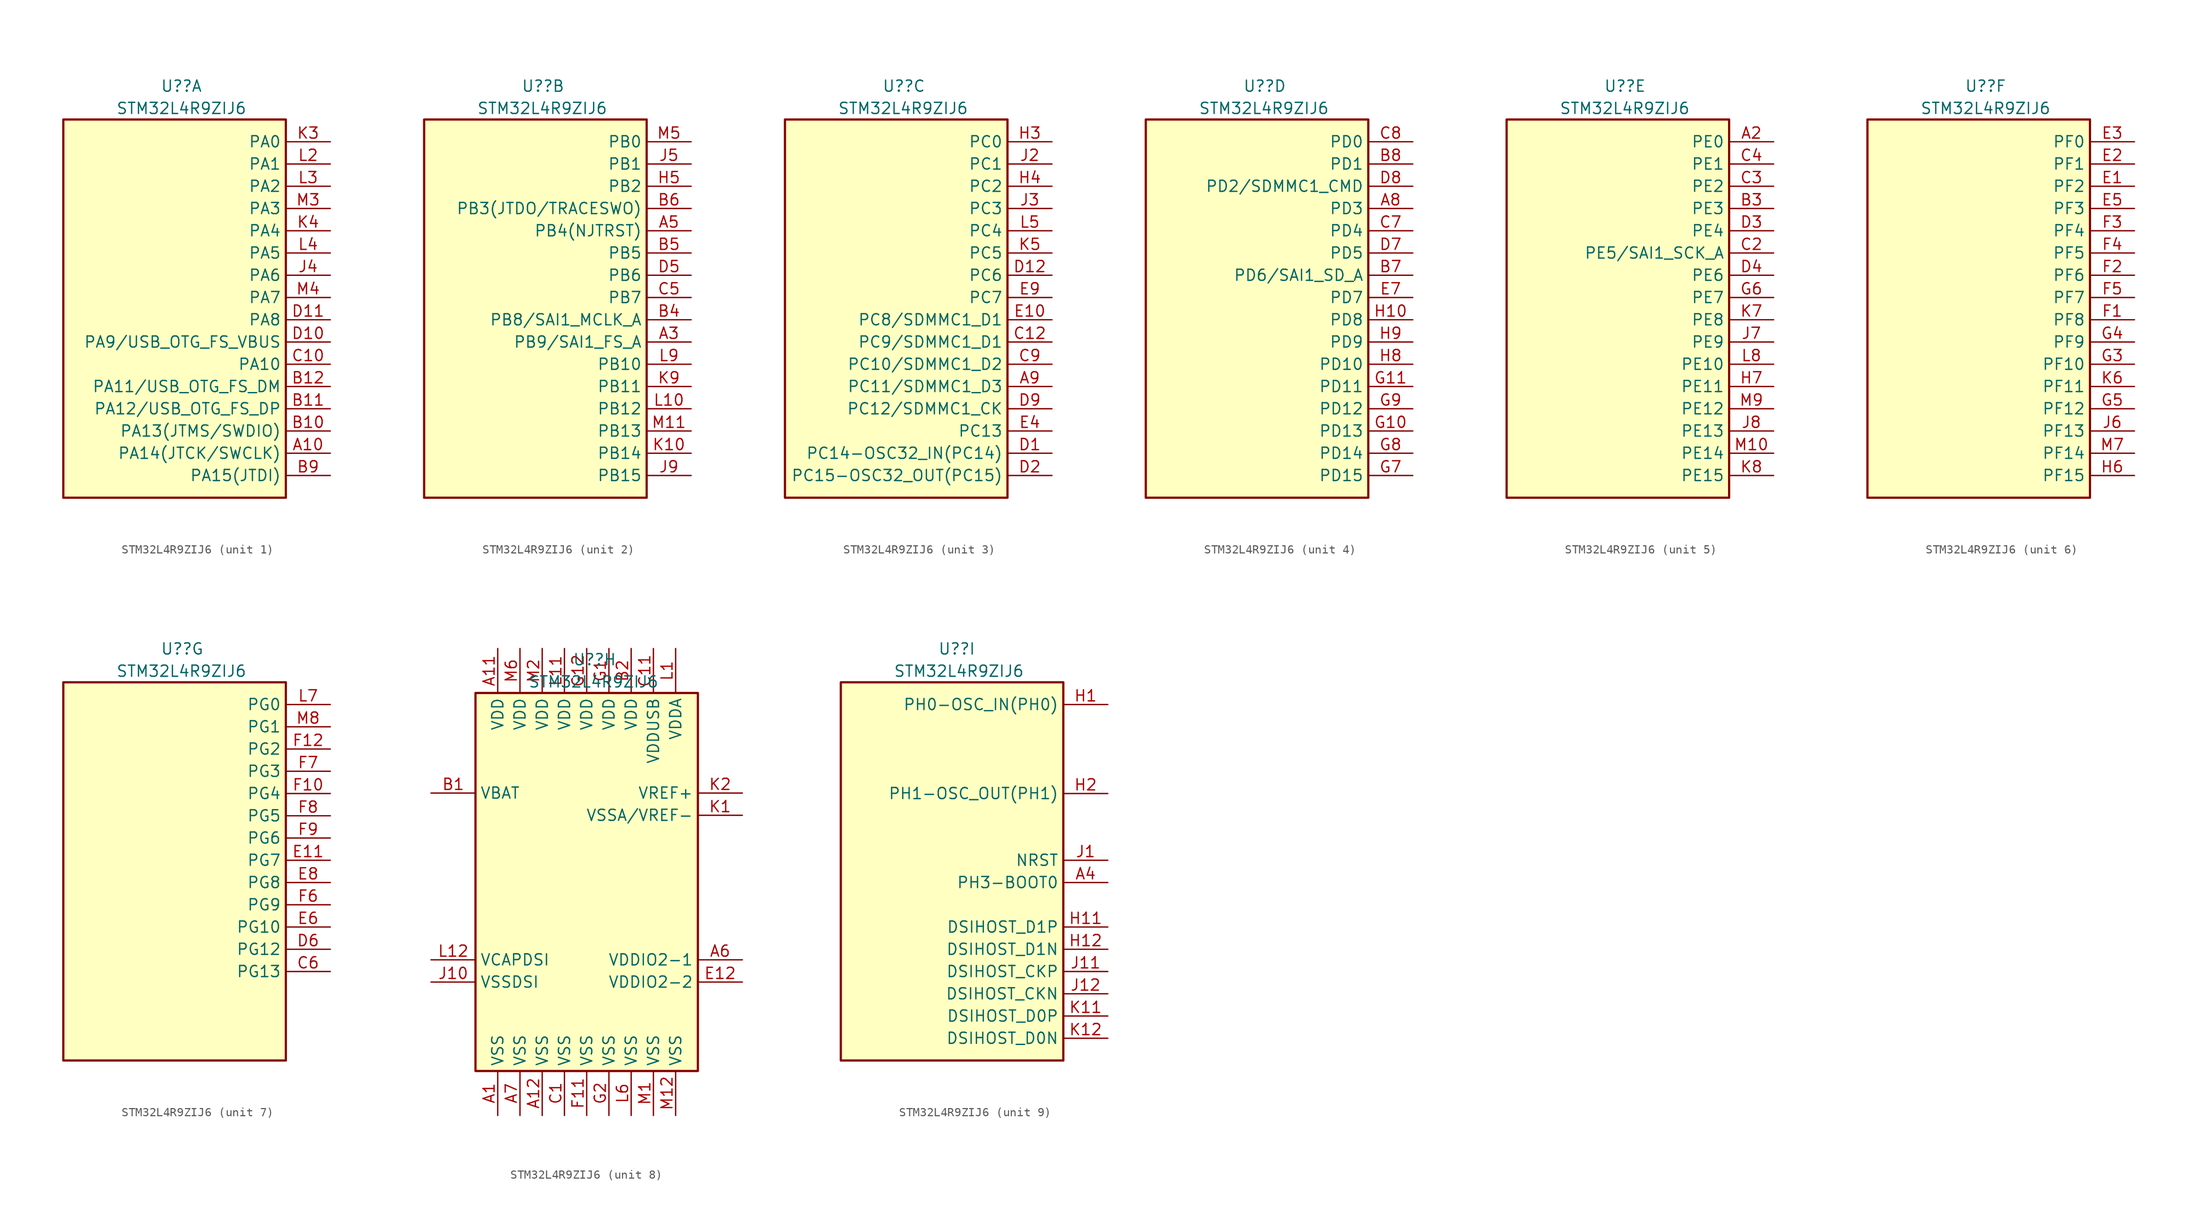
<source format=kicad_sym>
(kicad_symbol_lib
  (version 20220914)
  (generator kicad_symbol_editor)
  (symbol "STM32L4R9ZIJ6"
    (property "Reference" "U?"
      (at -1.616 25.4 0)
      (effects (font (size 1.27 1.27)) (justify left)))
    (property "Value" "STM32L4R9ZIJ6"
      (at -6.696 22.86 0)
      (effects (font (size 1.27 1.27)) (justify left)))
    (property "ki_locked" ""
      (at 0 0 0)
      (effects (font (size 1.27 1.27))))
    (symbol "STM32L4R9ZIJ6_0_1"
      (rectangle (start -12.7 21.59) (end 12.7 -21.59) (stroke (width 0.254) (type default)) (fill (type background))))
    (symbol "STM32L4R9ZIJ6_1_1"
      (pin bidirectional line (at 17.78 -16.51 180) (length 5.08) (name "PA14(JTCK/SWCLK)" (effects (font (size 1.27 1.27)))) (number "A10" (effects (font (size 1.27 1.27)))))
      (pin bidirectional line (at 17.78 -13.97 180) (length 5.08) (name "PA13(JTMS/SWDIO)" (effects (font (size 1.27 1.27)))) (number "B10" (effects (font (size 1.27 1.27)))))
      (pin bidirectional line (at 17.78 -11.43 180) (length 5.08) (name "PA12/USB_OTG_FS_DP" (effects (font (size 1.27 1.27)))) (number "B11" (effects (font (size 1.27 1.27)))))
      (pin bidirectional line (at 17.78 -8.89 180) (length 5.08) (name "PA11/USB_OTG_FS_DM" (effects (font (size 1.27 1.27)))) (number "B12" (effects (font (size 1.27 1.27)))))
      (pin bidirectional line (at 17.78 -19.05 180) (length 5.08) (name "PA15(JTDI)" (effects (font (size 1.27 1.27)))) (number "B9" (effects (font (size 1.27 1.27)))))
      (pin bidirectional line (at 17.78 -6.35 180) (length 5.08) (name "PA10" (effects (font (size 1.27 1.27)))) (number "C10" (effects (font (size 1.27 1.27)))))
      (pin bidirectional line (at 17.78 -3.81 180) (length 5.08) (name "PA9/USB_OTG_FS_VBUS" (effects (font (size 1.27 1.27)))) (number "D10" (effects (font (size 1.27 1.27)))))
      (pin bidirectional line (at 17.78 -1.27 180) (length 5.08) (name "PA8" (effects (font (size 1.27 1.27)))) (number "D11" (effects (font (size 1.27 1.27)))))
      (pin bidirectional line (at 17.78 3.81 180) (length 5.08) (name "PA6" (effects (font (size 1.27 1.27)))) (number "J4" (effects (font (size 1.27 1.27)))))
      (pin bidirectional line (at 17.78 19.05 180) (length 5.08) (name "PA0" (effects (font (size 1.27 1.27)))) (number "K3" (effects (font (size 1.27 1.27)))))
      (pin bidirectional line (at 17.78 8.89 180) (length 5.08) (name "PA4" (effects (font (size 1.27 1.27)))) (number "K4" (effects (font (size 1.27 1.27)))))
      (pin bidirectional line (at 17.78 16.51 180) (length 5.08) (name "PA1" (effects (font (size 1.27 1.27)))) (number "L2" (effects (font (size 1.27 1.27)))))
      (pin bidirectional line (at 17.78 13.97 180) (length 5.08) (name "PA2" (effects (font (size 1.27 1.27)))) (number "L3" (effects (font (size 1.27 1.27)))))
      (pin bidirectional line (at 17.78 6.35 180) (length 5.08) (name "PA5" (effects (font (size 1.27 1.27)))) (number "L4" (effects (font (size 1.27 1.27)))))
      (pin bidirectional line (at 17.78 11.43 180) (length 5.08) (name "PA3" (effects (font (size 1.27 1.27)))) (number "M3" (effects (font (size 1.27 1.27)))))
      (pin bidirectional line (at 17.78 1.27 180) (length 5.08) (name "PA7" (effects (font (size 1.27 1.27)))) (number "M4" (effects (font (size 1.27 1.27))))))
    (symbol "STM32L4R9ZIJ6_2_1"
      (pin bidirectional line (at 17.78 -3.81 180) (length 5.08) (name "PB9/SAI1_FS_A" (effects (font (size 1.27 1.27)))) (number "A3" (effects (font (size 1.27 1.27)))))
      (pin bidirectional line (at 17.78 8.89 180) (length 5.08) (name "PB4(NJTRST)" (effects (font (size 1.27 1.27)))) (number "A5" (effects (font (size 1.27 1.27)))))
      (pin bidirectional line (at 17.78 -1.27 180) (length 5.08) (name "PB8/SAI1_MCLK_A" (effects (font (size 1.27 1.27)))) (number "B4" (effects (font (size 1.27 1.27)))))
      (pin bidirectional line (at 17.78 6.35 180) (length 5.08) (name "PB5" (effects (font (size 1.27 1.27)))) (number "B5" (effects (font (size 1.27 1.27)))))
      (pin bidirectional line (at 17.78 11.43 180) (length 5.08) (name "PB3(JTDO/TRACESWO)" (effects (font (size 1.27 1.27)))) (number "B6" (effects (font (size 1.27 1.27)))))
      (pin bidirectional line (at 17.78 1.27 180) (length 5.08) (name "PB7" (effects (font (size 1.27 1.27)))) (number "C5" (effects (font (size 1.27 1.27)))))
      (pin bidirectional line (at 17.78 3.81 180) (length 5.08) (name "PB6" (effects (font (size 1.27 1.27)))) (number "D5" (effects (font (size 1.27 1.27)))))
      (pin bidirectional line (at 17.78 13.97 180) (length 5.08) (name "PB2" (effects (font (size 1.27 1.27)))) (number "H5" (effects (font (size 1.27 1.27)))))
      (pin bidirectional line (at 17.78 16.51 180) (length 5.08) (name "PB1" (effects (font (size 1.27 1.27)))) (number "J5" (effects (font (size 1.27 1.27)))))
      (pin bidirectional line (at 17.78 -19.05 180) (length 5.08) (name "PB15" (effects (font (size 1.27 1.27)))) (number "J9" (effects (font (size 1.27 1.27)))))
      (pin bidirectional line (at 17.78 -16.51 180) (length 5.08) (name "PB14" (effects (font (size 1.27 1.27)))) (number "K10" (effects (font (size 1.27 1.27)))))
      (pin bidirectional line (at 17.78 -8.89 180) (length 5.08) (name "PB11" (effects (font (size 1.27 1.27)))) (number "K9" (effects (font (size 1.27 1.27)))))
      (pin bidirectional line (at 17.78 -11.43 180) (length 5.08) (name "PB12" (effects (font (size 1.27 1.27)))) (number "L10" (effects (font (size 1.27 1.27)))))
      (pin bidirectional line (at 17.78 -6.35 180) (length 5.08) (name "PB10" (effects (font (size 1.27 1.27)))) (number "L9" (effects (font (size 1.27 1.27)))))
      (pin bidirectional line (at 17.78 -13.97 180) (length 5.08) (name "PB13" (effects (font (size 1.27 1.27)))) (number "M11" (effects (font (size 1.27 1.27)))))
      (pin bidirectional line (at 17.78 19.05 180) (length 5.08) (name "PB0" (effects (font (size 1.27 1.27)))) (number "M5" (effects (font (size 1.27 1.27))))))
    (symbol "STM32L4R9ZIJ6_3_1"
      (pin bidirectional line (at 17.78 -8.89 180) (length 5.08) (name "PC11/SDMMC1_D3" (effects (font (size 1.27 1.27)))) (number "A9" (effects (font (size 1.27 1.27)))))
      (pin bidirectional line (at 17.78 -3.81 180) (length 5.08) (name "PC9/SDMMC1_D1" (effects (font (size 1.27 1.27)))) (number "C12" (effects (font (size 1.27 1.27)))))
      (pin bidirectional line (at 17.78 -6.35 180) (length 5.08) (name "PC10/SDMMC1_D2" (effects (font (size 1.27 1.27)))) (number "C9" (effects (font (size 1.27 1.27)))))
      (pin bidirectional line (at 17.78 -16.51 180) (length 5.08) (name "PC14-OSC32_IN(PC14)" (effects (font (size 1.27 1.27)))) (number "D1" (effects (font (size 1.27 1.27)))))
      (pin bidirectional line (at 17.78 3.81 180) (length 5.08) (name "PC6" (effects (font (size 1.27 1.27)))) (number "D12" (effects (font (size 1.27 1.27)))))
      (pin bidirectional line (at 17.78 -19.05 180) (length 5.08) (name "PC15-OSC32_OUT(PC15)" (effects (font (size 1.27 1.27)))) (number "D2" (effects (font (size 1.27 1.27)))))
      (pin bidirectional line (at 17.78 -11.43 180) (length 5.08) (name "PC12/SDMMC1_CK" (effects (font (size 1.27 1.27)))) (number "D9" (effects (font (size 1.27 1.27)))))
      (pin bidirectional line (at 17.78 -1.27 180) (length 5.08) (name "PC8/SDMMC1_D1" (effects (font (size 1.27 1.27)))) (number "E10" (effects (font (size 1.27 1.27)))))
      (pin bidirectional line (at 17.78 -13.97 180) (length 5.08) (name "PC13" (effects (font (size 1.27 1.27)))) (number "E4" (effects (font (size 1.27 1.27)))))
      (pin bidirectional line (at 17.78 1.27 180) (length 5.08) (name "PC7" (effects (font (size 1.27 1.27)))) (number "E9" (effects (font (size 1.27 1.27)))))
      (pin bidirectional line (at 17.78 19.05 180) (length 5.08) (name "PC0" (effects (font (size 1.27 1.27)))) (number "H3" (effects (font (size 1.27 1.27)))))
      (pin bidirectional line (at 17.78 13.97 180) (length 5.08) (name "PC2" (effects (font (size 1.27 1.27)))) (number "H4" (effects (font (size 1.27 1.27)))))
      (pin bidirectional line (at 17.78 16.51 180) (length 5.08) (name "PC1" (effects (font (size 1.27 1.27)))) (number "J2" (effects (font (size 1.27 1.27)))))
      (pin bidirectional line (at 17.78 11.43 180) (length 5.08) (name "PC3" (effects (font (size 1.27 1.27)))) (number "J3" (effects (font (size 1.27 1.27)))))
      (pin bidirectional line (at 17.78 6.35 180) (length 5.08) (name "PC5" (effects (font (size 1.27 1.27)))) (number "K5" (effects (font (size 1.27 1.27)))))
      (pin bidirectional line (at 17.78 8.89 180) (length 5.08) (name "PC4" (effects (font (size 1.27 1.27)))) (number "L5" (effects (font (size 1.27 1.27))))))
    (symbol "STM32L4R9ZIJ6_4_1"
      (pin bidirectional line (at 17.78 11.43 180) (length 5.08) (name "PD3" (effects (font (size 1.27 1.27)))) (number "A8" (effects (font (size 1.27 1.27)))))
      (pin bidirectional line (at 17.78 3.81 180) (length 5.08) (name "PD6/SAI1_SD_A" (effects (font (size 1.27 1.27)))) (number "B7" (effects (font (size 1.27 1.27)))))
      (pin bidirectional line (at 17.78 16.51 180) (length 5.08) (name "PD1" (effects (font (size 1.27 1.27)))) (number "B8" (effects (font (size 1.27 1.27)))))
      (pin bidirectional line (at 17.78 8.89 180) (length 5.08) (name "PD4" (effects (font (size 1.27 1.27)))) (number "C7" (effects (font (size 1.27 1.27)))))
      (pin bidirectional line (at 17.78 19.05 180) (length 5.08) (name "PD0" (effects (font (size 1.27 1.27)))) (number "C8" (effects (font (size 1.27 1.27)))))
      (pin bidirectional line (at 17.78 6.35 180) (length 5.08) (name "PD5" (effects (font (size 1.27 1.27)))) (number "D7" (effects (font (size 1.27 1.27)))))
      (pin bidirectional line (at 17.78 13.97 180) (length 5.08) (name "PD2/SDMMC1_CMD" (effects (font (size 1.27 1.27)))) (number "D8" (effects (font (size 1.27 1.27)))))
      (pin bidirectional line (at 17.78 1.27 180) (length 5.08) (name "PD7" (effects (font (size 1.27 1.27)))) (number "E7" (effects (font (size 1.27 1.27)))))
      (pin bidirectional line (at 17.78 -13.97 180) (length 5.08) (name "PD13" (effects (font (size 1.27 1.27)))) (number "G10" (effects (font (size 1.27 1.27)))))
      (pin bidirectional line (at 17.78 -8.89 180) (length 5.08) (name "PD11" (effects (font (size 1.27 1.27)))) (number "G11" (effects (font (size 1.27 1.27)))))
      (pin bidirectional line (at 17.78 -19.05 180) (length 5.08) (name "PD15" (effects (font (size 1.27 1.27)))) (number "G7" (effects (font (size 1.27 1.27)))))
      (pin bidirectional line (at 17.78 -16.51 180) (length 5.08) (name "PD14" (effects (font (size 1.27 1.27)))) (number "G8" (effects (font (size 1.27 1.27)))))
      (pin bidirectional line (at 17.78 -11.43 180) (length 5.08) (name "PD12" (effects (font (size 1.27 1.27)))) (number "G9" (effects (font (size 1.27 1.27)))))
      (pin bidirectional line (at 17.78 -1.27 180) (length 5.08) (name "PD8" (effects (font (size 1.27 1.27)))) (number "H10" (effects (font (size 1.27 1.27)))))
      (pin bidirectional line (at 17.78 -6.35 180) (length 5.08) (name "PD10" (effects (font (size 1.27 1.27)))) (number "H8" (effects (font (size 1.27 1.27)))))
      (pin bidirectional line (at 17.78 -3.81 180) (length 5.08) (name "PD9" (effects (font (size 1.27 1.27)))) (number "H9" (effects (font (size 1.27 1.27))))))
    (symbol "STM32L4R9ZIJ6_5_1"
      (pin bidirectional line (at 17.78 19.05 180) (length 5.08) (name "PE0" (effects (font (size 1.27 1.27)))) (number "A2" (effects (font (size 1.27 1.27)))))
      (pin bidirectional line (at 17.78 11.43 180) (length 5.08) (name "PE3" (effects (font (size 1.27 1.27)))) (number "B3" (effects (font (size 1.27 1.27)))))
      (pin bidirectional line (at 17.78 6.35 180) (length 5.08) (name "PE5/SAI1_SCK_A" (effects (font (size 1.27 1.27)))) (number "C2" (effects (font (size 1.27 1.27)))))
      (pin bidirectional line (at 17.78 13.97 180) (length 5.08) (name "PE2" (effects (font (size 1.27 1.27)))) (number "C3" (effects (font (size 1.27 1.27)))))
      (pin bidirectional line (at 17.78 16.51 180) (length 5.08) (name "PE1" (effects (font (size 1.27 1.27)))) (number "C4" (effects (font (size 1.27 1.27)))))
      (pin bidirectional line (at 17.78 8.89 180) (length 5.08) (name "PE4" (effects (font (size 1.27 1.27)))) (number "D3" (effects (font (size 1.27 1.27)))))
      (pin bidirectional line (at 17.78 3.81 180) (length 5.08) (name "PE6" (effects (font (size 1.27 1.27)))) (number "D4" (effects (font (size 1.27 1.27)))))
      (pin bidirectional line (at 17.78 1.27 180) (length 5.08) (name "PE7" (effects (font (size 1.27 1.27)))) (number "G6" (effects (font (size 1.27 1.27)))))
      (pin bidirectional line (at 17.78 -8.89 180) (length 5.08) (name "PE11" (effects (font (size 1.27 1.27)))) (number "H7" (effects (font (size 1.27 1.27)))))
      (pin bidirectional line (at 17.78 -3.81 180) (length 5.08) (name "PE9" (effects (font (size 1.27 1.27)))) (number "J7" (effects (font (size 1.27 1.27)))))
      (pin bidirectional line (at 17.78 -13.97 180) (length 5.08) (name "PE13" (effects (font (size 1.27 1.27)))) (number "J8" (effects (font (size 1.27 1.27)))))
      (pin bidirectional line (at 17.78 -1.27 180) (length 5.08) (name "PE8" (effects (font (size 1.27 1.27)))) (number "K7" (effects (font (size 1.27 1.27)))))
      (pin bidirectional line (at 17.78 -19.05 180) (length 5.08) (name "PE15" (effects (font (size 1.27 1.27)))) (number "K8" (effects (font (size 1.27 1.27)))))
      (pin bidirectional line (at 17.78 -6.35 180) (length 5.08) (name "PE10" (effects (font (size 1.27 1.27)))) (number "L8" (effects (font (size 1.27 1.27)))))
      (pin bidirectional line (at 17.78 -16.51 180) (length 5.08) (name "PE14" (effects (font (size 1.27 1.27)))) (number "M10" (effects (font (size 1.27 1.27)))))
      (pin bidirectional line (at 17.78 -11.43 180) (length 5.08) (name "PE12" (effects (font (size 1.27 1.27)))) (number "M9" (effects (font (size 1.27 1.27))))))
    (symbol "STM32L4R9ZIJ6_6_1"
      (pin bidirectional line (at 17.78 13.97 180) (length 5.08) (name "PF2" (effects (font (size 1.27 1.27)))) (number "E1" (effects (font (size 1.27 1.27)))))
      (pin bidirectional line (at 17.78 16.51 180) (length 5.08) (name "PF1" (effects (font (size 1.27 1.27)))) (number "E2" (effects (font (size 1.27 1.27)))))
      (pin bidirectional line (at 17.78 19.05 180) (length 5.08) (name "PF0" (effects (font (size 1.27 1.27)))) (number "E3" (effects (font (size 1.27 1.27)))))
      (pin bidirectional line (at 17.78 11.43 180) (length 5.08) (name "PF3" (effects (font (size 1.27 1.27)))) (number "E5" (effects (font (size 1.27 1.27)))))
      (pin bidirectional line (at 17.78 -1.27 180) (length 5.08) (name "PF8" (effects (font (size 1.27 1.27)))) (number "F1" (effects (font (size 1.27 1.27)))))
      (pin bidirectional line (at 17.78 3.81 180) (length 5.08) (name "PF6" (effects (font (size 1.27 1.27)))) (number "F2" (effects (font (size 1.27 1.27)))))
      (pin bidirectional line (at 17.78 8.89 180) (length 5.08) (name "PF4" (effects (font (size 1.27 1.27)))) (number "F3" (effects (font (size 1.27 1.27)))))
      (pin bidirectional line (at 17.78 6.35 180) (length 5.08) (name "PF5" (effects (font (size 1.27 1.27)))) (number "F4" (effects (font (size 1.27 1.27)))))
      (pin bidirectional line (at 17.78 1.27 180) (length 5.08) (name "PF7" (effects (font (size 1.27 1.27)))) (number "F5" (effects (font (size 1.27 1.27)))))
      (pin bidirectional line (at 17.78 -6.35 180) (length 5.08) (name "PF10" (effects (font (size 1.27 1.27)))) (number "G3" (effects (font (size 1.27 1.27)))))
      (pin bidirectional line (at 17.78 -3.81 180) (length 5.08) (name "PF9" (effects (font (size 1.27 1.27)))) (number "G4" (effects (font (size 1.27 1.27)))))
      (pin bidirectional line (at 17.78 -11.43 180) (length 5.08) (name "PF12" (effects (font (size 1.27 1.27)))) (number "G5" (effects (font (size 1.27 1.27)))))
      (pin bidirectional line (at 17.78 -19.05 180) (length 5.08) (name "PF15" (effects (font (size 1.27 1.27)))) (number "H6" (effects (font (size 1.27 1.27)))))
      (pin bidirectional line (at 17.78 -13.97 180) (length 5.08) (name "PF13" (effects (font (size 1.27 1.27)))) (number "J6" (effects (font (size 1.27 1.27)))))
      (pin bidirectional line (at 17.78 -8.89 180) (length 5.08) (name "PF11" (effects (font (size 1.27 1.27)))) (number "K6" (effects (font (size 1.27 1.27)))))
      (pin bidirectional line (at 17.78 -16.51 180) (length 5.08) (name "PF14" (effects (font (size 1.27 1.27)))) (number "M7" (effects (font (size 1.27 1.27))))))
    (symbol "STM32L4R9ZIJ6_7_1"
      (pin bidirectional line (at 17.78 -11.43 180) (length 5.08) (name "PG13" (effects (font (size 1.27 1.27)))) (number "C6" (effects (font (size 1.27 1.27)))))
      (pin bidirectional line (at 17.78 -8.89 180) (length 5.08) (name "PG12" (effects (font (size 1.27 1.27)))) (number "D6" (effects (font (size 1.27 1.27)))))
      (pin bidirectional line (at 17.78 1.27 180) (length 5.08) (name "PG7" (effects (font (size 1.27 1.27)))) (number "E11" (effects (font (size 1.27 1.27)))))
      (pin bidirectional line (at 17.78 -6.35 180) (length 5.08) (name "PG10" (effects (font (size 1.27 1.27)))) (number "E6" (effects (font (size 1.27 1.27)))))
      (pin bidirectional line (at 17.78 -1.27 180) (length 5.08) (name "PG8" (effects (font (size 1.27 1.27)))) (number "E8" (effects (font (size 1.27 1.27)))))
      (pin bidirectional line (at 17.78 8.89 180) (length 5.08) (name "PG4" (effects (font (size 1.27 1.27)))) (number "F10" (effects (font (size 1.27 1.27)))))
      (pin bidirectional line (at 17.78 13.97 180) (length 5.08) (name "PG2" (effects (font (size 1.27 1.27)))) (number "F12" (effects (font (size 1.27 1.27)))))
      (pin bidirectional line (at 17.78 -3.81 180) (length 5.08) (name "PG9" (effects (font (size 1.27 1.27)))) (number "F6" (effects (font (size 1.27 1.27)))))
      (pin bidirectional line (at 17.78 11.43 180) (length 5.08) (name "PG3" (effects (font (size 1.27 1.27)))) (number "F7" (effects (font (size 1.27 1.27)))))
      (pin bidirectional line (at 17.78 6.35 180) (length 5.08) (name "PG5" (effects (font (size 1.27 1.27)))) (number "F8" (effects (font (size 1.27 1.27)))))
      (pin bidirectional line (at 17.78 3.81 180) (length 5.08) (name "PG6" (effects (font (size 1.27 1.27)))) (number "F9" (effects (font (size 1.27 1.27)))))
      (pin bidirectional line (at 17.78 19.05 180) (length 5.08) (name "PG0" (effects (font (size 1.27 1.27)))) (number "L7" (effects (font (size 1.27 1.27)))))
      (pin bidirectional line (at 17.78 16.51 180) (length 5.08) (name "PG1" (effects (font (size 1.27 1.27)))) (number "M8" (effects (font (size 1.27 1.27))))))
    (symbol "STM32L4R9ZIJ6_8_1"
      (pin power_in line (at -10.16 -26.67 90) (length 5.08) (name "VSS" (effects (font (size 1.27 1.27)))) (number "A1" (effects (font (size 1.27 1.27)))))
      (pin power_in line (at -10.16 26.67 270) (length 5.08) (name "VDD" (effects (font (size 1.27 1.27)))) (number "A11" (effects (font (size 1.27 1.27)))))
      (pin power_in line (at -5.08 -26.67 90) (length 5.08) (name "VSS" (effects (font (size 1.27 1.27)))) (number "A12" (effects (font (size 1.27 1.27)))))
      (pin power_in line (at 17.78 -8.89 180) (length 5.08) (name "VDDIO2-1" (effects (font (size 1.27 1.27)))) (number "A6" (effects (font (size 1.27 1.27)))))
      (pin power_in line (at -7.62 -26.67 90) (length 5.08) (name "VSS" (effects (font (size 1.27 1.27)))) (number "A7" (effects (font (size 1.27 1.27)))))
      (pin power_in line (at -17.78 10.16 0) (length 5.08) (name "VBAT" (effects (font (size 1.27 1.27)))) (number "B1" (effects (font (size 1.27 1.27)))))
      (pin power_in line (at 5.08 26.67 270) (length 5.08) (name "VDD" (effects (font (size 1.27 1.27)))) (number "B2" (effects (font (size 1.27 1.27)))))
      (pin power_in line (at -2.54 -26.67 90) (length 5.08) (name "VSS" (effects (font (size 1.27 1.27)))) (number "C1" (effects (font (size 1.27 1.27)))))
      (pin power_in line (at 7.62 26.67 270) (length 5.08) (name "VDDUSB" (effects (font (size 1.27 1.27)))) (number "C11" (effects (font (size 1.27 1.27)))))
      (pin power_in line (at 17.78 -11.43 180) (length 5.08) (name "VDDIO2-2" (effects (font (size 1.27 1.27)))) (number "E12" (effects (font (size 1.27 1.27)))))
      (pin power_in line (at 0 -26.67 90) (length 5.08) (name "VSS" (effects (font (size 1.27 1.27)))) (number "F11" (effects (font (size 1.27 1.27)))))
      (pin power_in line (at 2.54 26.67 270) (length 5.08) (name "VDD" (effects (font (size 1.27 1.27)))) (number "G1" (effects (font (size 1.27 1.27)))))
      (pin power_in line (at 0 26.67 270) (length 5.08) (name "VDD" (effects (font (size 1.27 1.27)))) (number "G12" (effects (font (size 1.27 1.27)))))
      (pin power_in line (at 2.54 -26.67 90) (length 5.08) (name "VSS" (effects (font (size 1.27 1.27)))) (number "G2" (effects (font (size 1.27 1.27)))))
      (pin power_in line (at -17.78 -11.43 0) (length 5.08) (name "VSSDSI" (effects (font (size 1.27 1.27)))) (number "J10" (effects (font (size 1.27 1.27)))))
      (pin power_in line (at 17.78 7.62 180) (length 5.08) (name "VSSA/VREF-" (effects (font (size 1.27 1.27)))) (number "K1" (effects (font (size 1.27 1.27)))))
      (pin power_in line (at 17.78 10.16 180) (length 5.08) (name "VREF+" (effects (font (size 1.27 1.27)))) (number "K2" (effects (font (size 1.27 1.27)))))
      (pin power_in line (at 10.16 26.67 270) (length 5.08) (name "VDDA" (effects (font (size 1.27 1.27)))) (number "L1" (effects (font (size 1.27 1.27)))))
      (pin power_in line (at -2.54 26.67 270) (length 5.08) (name "VDD" (effects (font (size 1.27 1.27)))) (number "L11" (effects (font (size 1.27 1.27)))))
      (pin input line (at -17.78 -8.89 0) (length 5.08) (name "VCAPDSI" (effects (font (size 1.27 1.27)))) (number "L12" (effects (font (size 1.27 1.27)))))
      (pin power_in line (at 5.08 -26.67 90) (length 5.08) (name "VSS" (effects (font (size 1.27 1.27)))) (number "L6" (effects (font (size 1.27 1.27)))))
      (pin power_in line (at 7.62 -26.67 90) (length 5.08) (name "VSS" (effects (font (size 1.27 1.27)))) (number "M1" (effects (font (size 1.27 1.27)))))
      (pin power_in line (at 10.16 -26.67 90) (length 5.08) (name "VSS" (effects (font (size 1.27 1.27)))) (number "M12" (effects (font (size 1.27 1.27)))))
      (pin power_in line (at -5.08 26.67 270) (length 5.08) (name "VDD" (effects (font (size 1.27 1.27)))) (number "M2" (effects (font (size 1.27 1.27)))))
      (pin power_in line (at -7.62 26.67 270) (length 5.08) (name "VDD" (effects (font (size 1.27 1.27)))) (number "M6" (effects (font (size 1.27 1.27))))))
    (symbol "STM32L4R9ZIJ6_9_1"
      (pin bidirectional line (at 17.78 -1.27 180) (length 5.08) (name "PH3-BOOT0" (effects (font (size 1.27 1.27)))) (number "A4" (effects (font (size 1.27 1.27)))))
      (pin input line (at 17.78 19.05 180) (length 5.08) (name "PH0-OSC_IN(PH0)" (effects (font (size 1.27 1.27)))) (number "H1" (effects (font (size 1.27 1.27)))))
      (pin bidirectional line (at 17.78 -6.35 180) (length 5.08) (name "DSIHOST_D1P" (effects (font (size 1.27 1.27)))) (number "H11" (effects (font (size 1.27 1.27)))))
      (pin bidirectional line (at 17.78 -8.89 180) (length 5.08) (name "DSIHOST_D1N" (effects (font (size 1.27 1.27)))) (number "H12" (effects (font (size 1.27 1.27)))))
      (pin input line (at 17.78 8.89 180) (length 5.08) (name "PH1-OSC_OUT(PH1)" (effects (font (size 1.27 1.27)))) (number "H2" (effects (font (size 1.27 1.27)))))
      (pin input line (at 17.78 1.27 180) (length 5.08) (name "NRST" (effects (font (size 1.27 1.27)))) (number "J1" (effects (font (size 1.27 1.27)))))
      (pin bidirectional line (at 17.78 -11.43 180) (length 5.08) (name "DSIHOST_CKP" (effects (font (size 1.27 1.27)))) (number "J11" (effects (font (size 1.27 1.27)))))
      (pin bidirectional line (at 17.78 -13.97 180) (length 5.08) (name "DSIHOST_CKN" (effects (font (size 1.27 1.27)))) (number "J12" (effects (font (size 1.27 1.27)))))
      (pin bidirectional line (at 17.78 -16.51 180) (length 5.08) (name "DSIHOST_D0P" (effects (font (size 1.27 1.27)))) (number "K11" (effects (font (size 1.27 1.27)))))
      (pin bidirectional line (at 17.78 -19.05 180) (length 5.08) (name "DSIHOST_D0N" (effects (font (size 1.27 1.27)))) (number "K12" (effects (font (size 1.27 1.27))))))))
</source>
